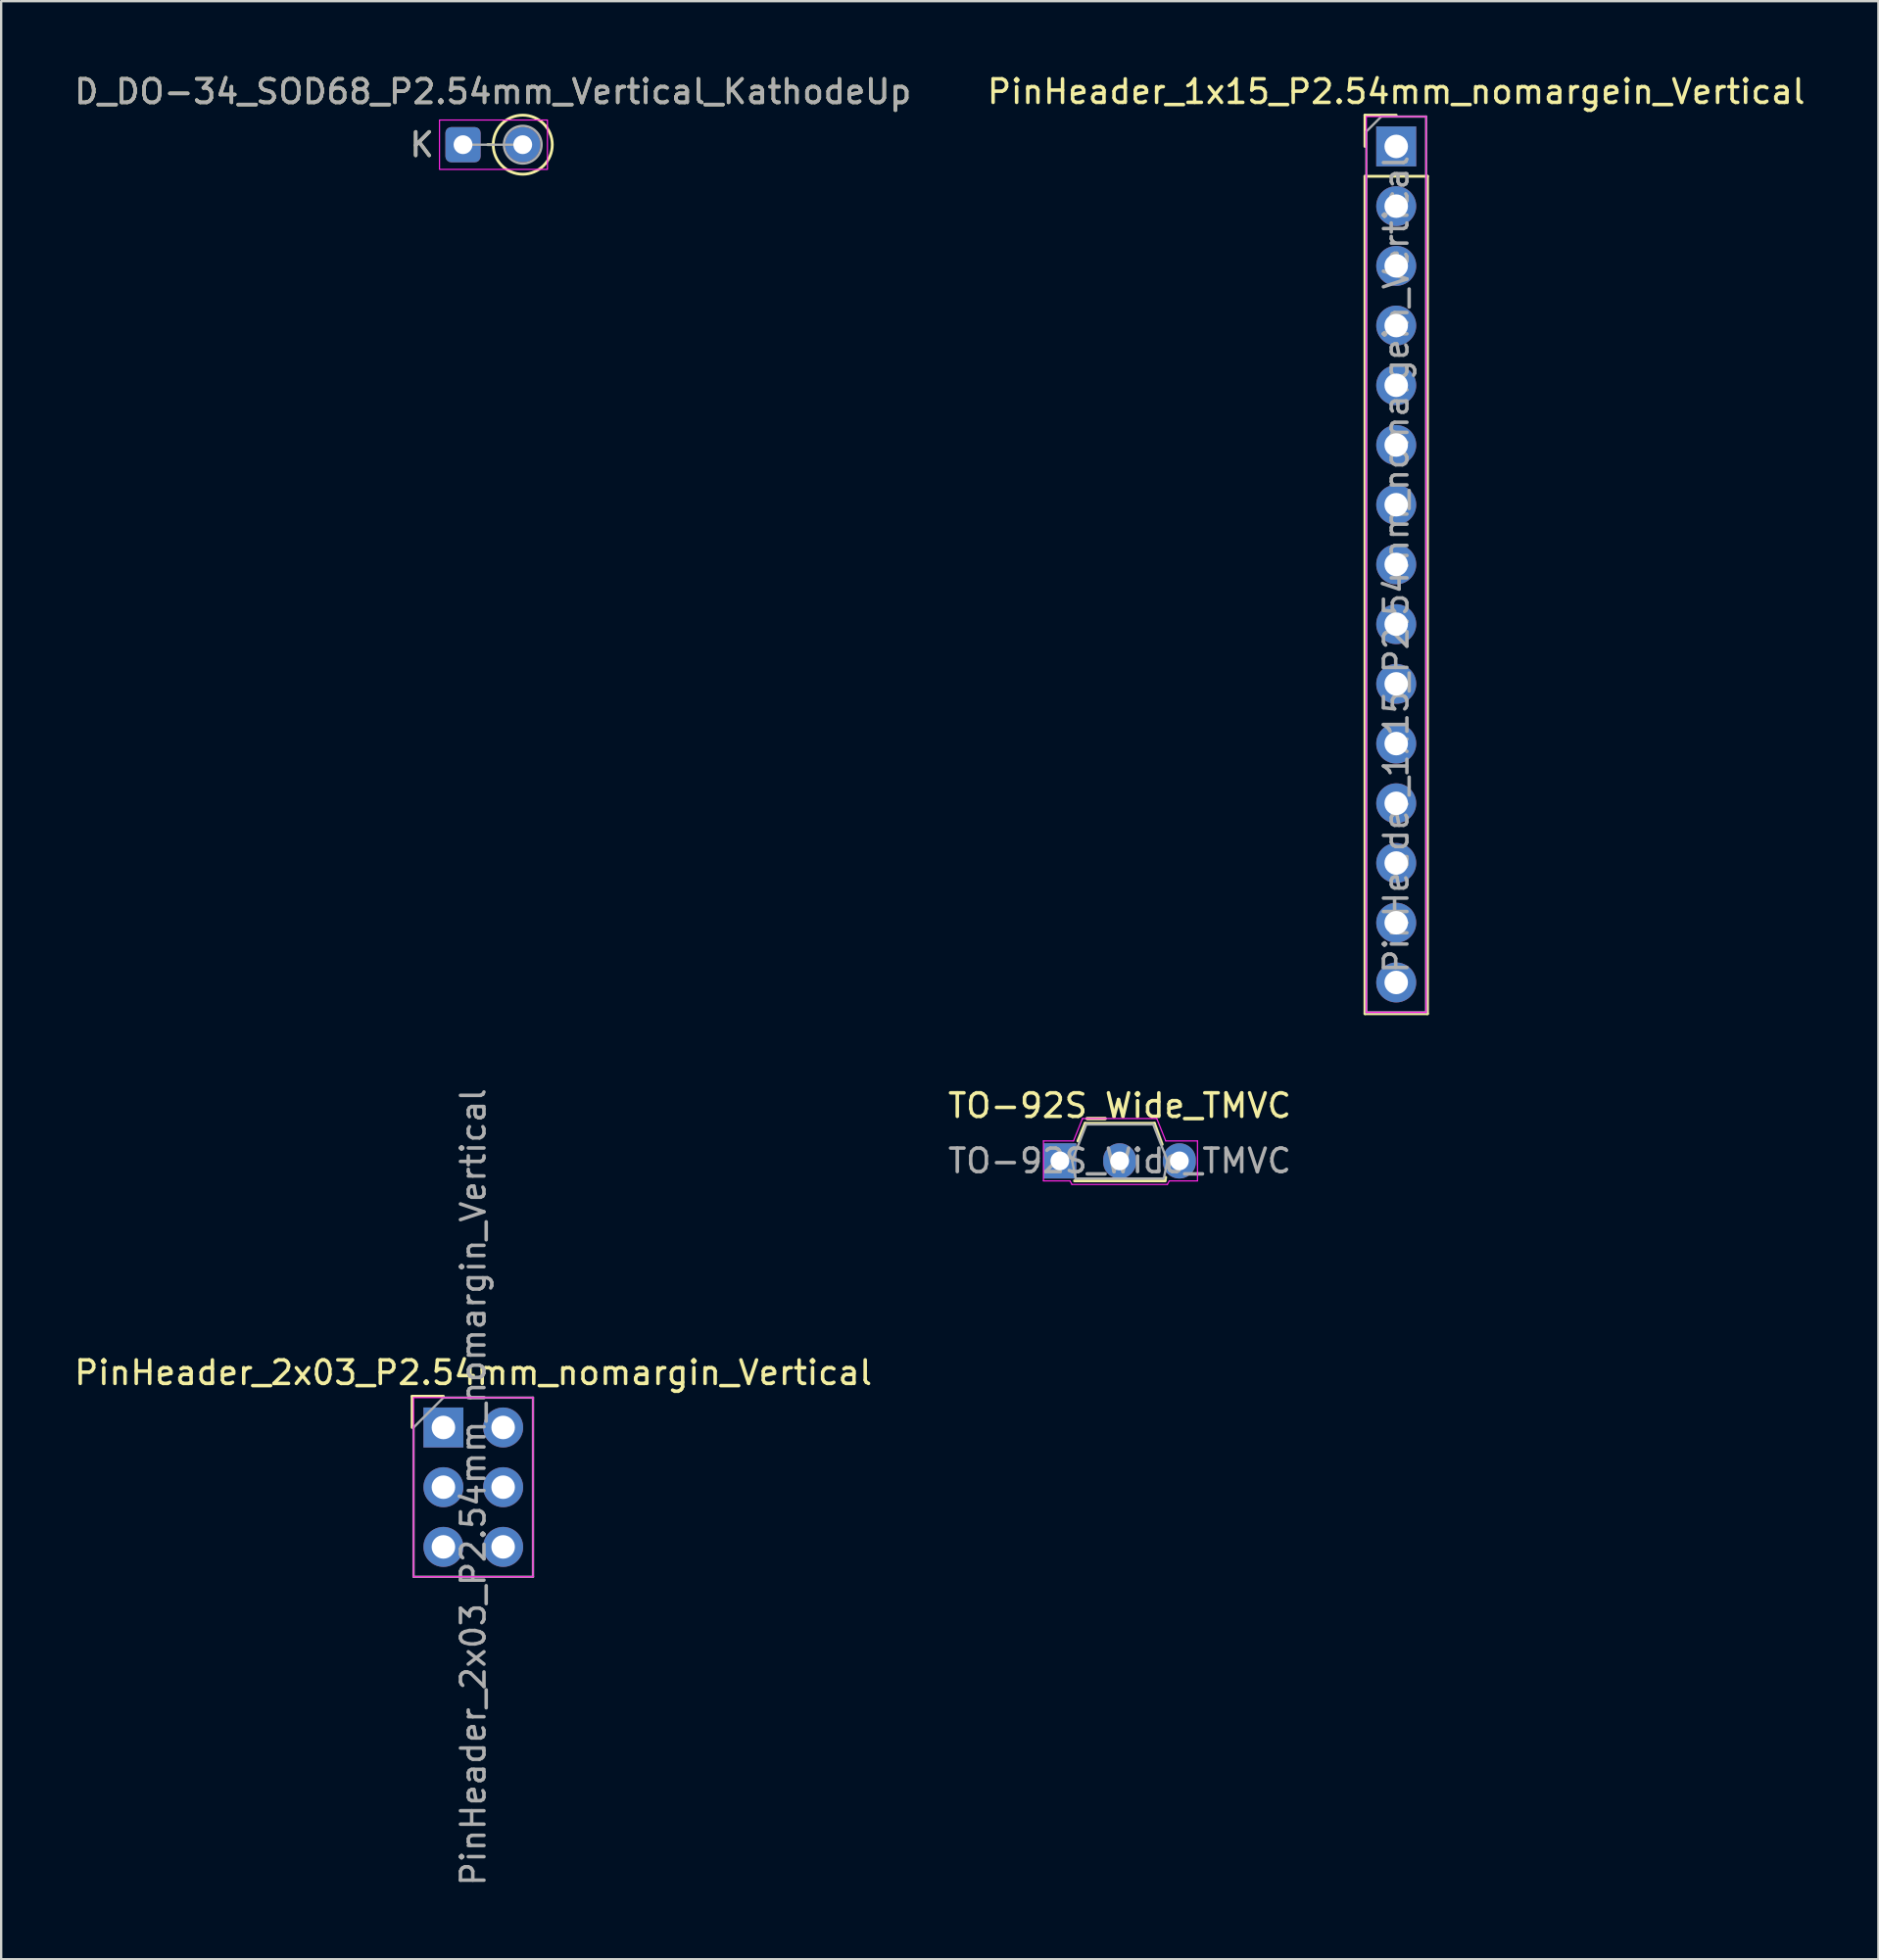
<source format=kicad_pcb>
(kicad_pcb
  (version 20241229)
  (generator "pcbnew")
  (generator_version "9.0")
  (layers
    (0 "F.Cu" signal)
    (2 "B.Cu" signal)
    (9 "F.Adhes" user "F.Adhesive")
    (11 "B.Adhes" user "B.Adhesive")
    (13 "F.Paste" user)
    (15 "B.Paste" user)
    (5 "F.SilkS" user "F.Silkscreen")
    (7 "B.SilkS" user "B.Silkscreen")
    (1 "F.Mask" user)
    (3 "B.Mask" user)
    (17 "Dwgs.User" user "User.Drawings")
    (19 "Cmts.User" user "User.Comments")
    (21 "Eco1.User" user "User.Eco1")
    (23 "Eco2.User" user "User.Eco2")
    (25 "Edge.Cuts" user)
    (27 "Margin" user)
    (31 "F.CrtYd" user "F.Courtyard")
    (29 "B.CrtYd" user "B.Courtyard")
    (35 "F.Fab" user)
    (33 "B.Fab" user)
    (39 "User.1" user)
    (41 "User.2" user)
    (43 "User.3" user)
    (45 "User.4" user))
  (footprint "PinHeader_2x03_P2.54mm_nomargin_Vertical"
    (layer "F.Cu")
    (at 15.807 57.666)
    (property "Reference" "PinHeader_2x03_P2.54mm_nomargin_Vertical" (at 1.27 -2.33 0) (layer "F.SilkS") (effects (font (size 1 1) (thickness 0.15))))
    (attr through_hole)
    (fp_line (start -1.33 -1.33) (end 0 -1.33) (stroke (width 0.12) (type solid)) (layer "F.SilkS"))
    (fp_line (start -1.33 0) (end -1.33 -1.33) (stroke (width 0.12) (type solid)) (layer "F.SilkS"))
    (fp_line (start -1.27 -1.27) (end -1.27 6.35) (stroke (width 0.05) (type solid)) (layer "F.CrtYd"))
    (fp_line (start -1.27 6.35) (end 3.81 6.35) (stroke (width 0.05) (type solid)) (layer "F.CrtYd"))
    (fp_line (start 3.81 -1.27) (end -1.27 -1.27) (stroke (width 0.05) (type solid)) (layer "F.CrtYd"))
    (fp_line (start 3.81 6.35) (end 3.81 -1.27) (stroke (width 0.05) (type solid)) (layer "F.CrtYd"))
    (fp_line (start -1.27 0) (end 0 -1.27) (stroke (width 0.1) (type solid)) (layer "F.Fab"))
    (fp_line (start -1.27 6.35) (end -1.27 0) (stroke (width 0.1) (type solid)) (layer "F.Fab"))
    (fp_line (start 0 -1.27) (end 3.81 -1.27) (stroke (width 0.1) (type solid)) (layer "F.Fab"))
    (fp_line (start 3.81 -1.27) (end 3.81 6.35) (stroke (width 0.1) (type solid)) (layer "F.Fab"))
    (fp_line (start 3.81 6.35) (end -1.27 6.35) (stroke (width 0.1) (type solid)) (layer "F.Fab"))
    (fp_text user "${REFERENCE}" (at 1.27 2.54 90) (layer "F.Fab") (effects (font (size 1 1) (thickness 0.15))))
    (pad "1" thru_hole rect (at 0 0) (size 1.7 1.7) (drill 1) (layers "*.Cu" "*.Mask"))
    (pad "2" thru_hole oval (at 2.54 0) (size 1.7 1.7) (drill 1) (layers "*.Cu" "*.Mask"))
    (pad "3" thru_hole oval (at 0 2.54) (size 1.7 1.7) (drill 1) (layers "*.Cu" "*.Mask"))
    (pad "4" thru_hole oval (at 2.54 2.54) (size 1.7 1.7) (drill 1) (layers "*.Cu" "*.Mask"))
    (pad "5" thru_hole oval (at 0 5.08) (size 1.7 1.7) (drill 1) (layers "*.Cu" "*.Mask"))
    (pad "6" thru_hole oval (at 2.54 5.08) (size 1.7 1.7) (drill 1) (layers "*.Cu" "*.Mask")))
  (footprint "TO-92S_Wide_TMVC"
    (layer "F.Cu")
    (at 42.025 46.327)
    (property "Reference" "TO-92S_Wide_TMVC" (at 2.54 -2.35 0) (layer "F.SilkS") (effects (font (size 1 1) (thickness 0.15))))
    (attr through_hole)
    (fp_line (start 0.62 0.85) (end 4.47 0.85) (stroke (width 0.12) (type solid)) (layer "F.SilkS"))
    (fp_line (start 1.07 -1.6) (end 0.763 -0.847) (stroke (width 0.12) (type solid)) (layer "F.SilkS"))
    (fp_line (start 4.02 -1.6) (end 1.07 -1.6) (stroke (width 0.12) (type solid)) (layer "F.SilkS"))
    (fp_line (start 4.35 -0.7) (end 4.02 -1.6) (stroke (width 0.12) (type solid)) (layer "F.SilkS"))
    (fp_line (start 4.47 0.85) (end 4.5 0.7) (stroke (width 0.12) (type solid)) (layer "F.SilkS"))
    (fp_line (start -0.7 -0.85) (end -0.7 0.85) (stroke (width 0.05) (type solid)) (layer "F.CrtYd"))
    (fp_line (start -0.7 0.85) (end 0.43 0.85) (stroke (width 0.05) (type solid)) (layer "F.CrtYd"))
    (fp_line (start 0.51 1) (end 0.43 0.85) (stroke (width 0.05) (type solid)) (layer "F.CrtYd"))
    (fp_line (start 0.51 1) (end 4.57 1) (stroke (width 0.05) (type solid)) (layer "F.CrtYd"))
    (fp_line (start 0.58 -0.85) (end -0.7 -0.85) (stroke (width 0.05) (type solid)) (layer "F.CrtYd"))
    (fp_line (start 0.58 -0.85) (end 0.96 -1.8) (stroke (width 0.05) (type solid)) (layer "F.CrtYd"))
    (fp_line (start 4.12 -1.8) (end 0.96 -1.8) (stroke (width 0.05) (type solid)) (layer "F.CrtYd"))
    (fp_line (start 4.5 -0.85) (end 4.12 -1.8) (stroke (width 0.05) (type solid)) (layer "F.CrtYd"))
    (fp_line (start 4.5 -0.85) (end 5.85 -0.85) (stroke (width 0.05) (type solid)) (layer "F.CrtYd"))
    (fp_line (start 4.57 1) (end 4.65 0.85) (stroke (width 0.05) (type solid)) (layer "F.CrtYd"))
    (fp_line (start 5.85 -0.85) (end 5.85 0.85) (stroke (width 0.05) (type solid)) (layer "F.CrtYd"))
    (fp_line (start 5.85 0.85) (end 4.65 0.85) (stroke (width 0.05) (type solid)) (layer "F.CrtYd"))
    (fp_line (start 0.52 0) (end 1.12 -1.55) (stroke (width 0.1) (type solid)) (layer "F.Fab"))
    (fp_line (start 0.67 0.75) (end 0.52 0) (stroke (width 0.1) (type solid)) (layer "F.Fab"))
    (fp_line (start 0.67 0.75) (end 4.42 0.75) (stroke (width 0.1) (type solid)) (layer "F.Fab"))
    (fp_line (start 1.12 -1.55) (end 3.97 -1.55) (stroke (width 0.1) (type solid)) (layer "F.Fab"))
    (fp_line (start 4.42 0.75) (end 4.57 0) (stroke (width 0.1) (type solid)) (layer "F.Fab"))
    (fp_line (start 4.57 0) (end 3.97 -1.55) (stroke (width 0.1) (type solid)) (layer "F.Fab"))
    (fp_text user "${REFERENCE}" (at 2.54 0 0) (layer "F.Fab") (effects (font (size 1 1) (thickness 0.15))))
    (pad "1" thru_hole rect (at 0 0) (size 1.4 1.5) (drill 0.8) (layers "*.Cu" "*.Mask"))
    (pad "2" thru_hole oval (at 2.54 0) (size 1.4 1.5) (drill 0.8) (layers "*.Cu" "*.Mask"))
    (pad "3" thru_hole oval (at 5.08 0) (size 1.4 1.5) (drill 0.8) (layers "*.Cu" "*.Mask")))
  (footprint "PinHeader_1x15_P2.54mm_nomargein_Vertical"
    (layer "F.Cu")
    (at 56.327 3.178)
    (property "Reference" "PinHeader_1x15_P2.54mm_nomargein_Vertical" (at 0 -2.33 0) (layer "F.SilkS") (effects (font (size 1 1) (thickness 0.15))))
    (attr through_hole)
    (fp_line (start -1.33 -1.33) (end 0 -1.33) (stroke (width 0.12) (type solid)) (layer "F.SilkS"))
    (fp_line (start -1.33 0) (end -1.33 -1.33) (stroke (width 0.12) (type solid)) (layer "F.SilkS"))
    (fp_line (start -1.33 1.27) (end -1.33 36.89) (stroke (width 0.12) (type solid)) (layer "F.SilkS"))
    (fp_line (start -1.33 1.27) (end 1.33 1.27) (stroke (width 0.12) (type solid)) (layer "F.SilkS"))
    (fp_line (start -1.33 36.89) (end 1.33 36.89) (stroke (width 0.12) (type solid)) (layer "F.SilkS"))
    (fp_line (start 1.33 1.27) (end 1.33 36.89) (stroke (width 0.12) (type solid)) (layer "F.SilkS"))
    (fp_line (start -1.27 -1.27) (end -1.27 36.83) (stroke (width 0.05) (type solid)) (layer "F.CrtYd"))
    (fp_line (start -1.27 36.83) (end 1.27 36.83) (stroke (width 0.05) (type solid)) (layer "F.CrtYd"))
    (fp_line (start 1.27 -1.27) (end -1.27 -1.27) (stroke (width 0.05) (type solid)) (layer "F.CrtYd"))
    (fp_line (start 1.27 36.83) (end 1.27 -1.27) (stroke (width 0.05) (type solid)) (layer "F.CrtYd"))
    (fp_line (start -1.27 -0.635) (end -0.635 -1.27) (stroke (width 0.1) (type solid)) (layer "F.Fab"))
    (fp_line (start -1.27 36.83) (end -1.27 -0.635) (stroke (width 0.1) (type solid)) (layer "F.Fab"))
    (fp_line (start -0.635 -1.27) (end 1.27 -1.27) (stroke (width 0.1) (type solid)) (layer "F.Fab"))
    (fp_line (start 1.27 -1.27) (end 1.27 36.83) (stroke (width 0.1) (type solid)) (layer "F.Fab"))
    (fp_line (start 1.27 36.83) (end -1.27 36.83) (stroke (width 0.1) (type solid)) (layer "F.Fab"))
    (fp_text user "${REFERENCE}" (at 0 17.78 90) (layer "F.Fab") (effects (font (size 1 1) (thickness 0.15))))
    (pad "1" thru_hole rect (at 0 0) (size 1.7 1.7) (drill 1) (layers "*.Cu" "*.Mask"))
    (pad "2" thru_hole oval (at 0 2.54) (size 1.7 1.7) (drill 1) (layers "*.Cu" "*.Mask"))
    (pad "3" thru_hole oval (at 0 5.08) (size 1.7 1.7) (drill 1) (layers "*.Cu" "*.Mask"))
    (pad "4" thru_hole oval (at 0 7.62) (size 1.7 1.7) (drill 1) (layers "*.Cu" "*.Mask"))
    (pad "5" thru_hole oval (at 0 10.16) (size 1.7 1.7) (drill 1) (layers "*.Cu" "*.Mask"))
    (pad "6" thru_hole oval (at 0 12.7) (size 1.7 1.7) (drill 1) (layers "*.Cu" "*.Mask"))
    (pad "7" thru_hole oval (at 0 15.24) (size 1.7 1.7) (drill 1) (layers "*.Cu" "*.Mask"))
    (pad "8" thru_hole oval (at 0 17.78) (size 1.7 1.7) (drill 1) (layers "*.Cu" "*.Mask"))
    (pad "9" thru_hole oval (at 0 20.32) (size 1.7 1.7) (drill 1) (layers "*.Cu" "*.Mask"))
    (pad "10" thru_hole oval (at 0 22.86) (size 1.7 1.7) (drill 1) (layers "*.Cu" "*.Mask"))
    (pad "11" thru_hole oval (at 0 25.4) (size 1.7 1.7) (drill 1) (layers "*.Cu" "*.Mask"))
    (pad "12" thru_hole oval (at 0 27.94) (size 1.7 1.7) (drill 1) (layers "*.Cu" "*.Mask"))
    (pad "13" thru_hole oval (at 0 30.48) (size 1.7 1.7) (drill 1) (layers "*.Cu" "*.Mask"))
    (pad "14" thru_hole oval (at 0 33.02) (size 1.7 1.7) (drill 1) (layers "*.Cu" "*.Mask"))
    (pad "15" thru_hole oval (at 0 35.56) (size 1.7 1.7) (drill 1) (layers "*.Cu" "*.Mask")))
  (footprint "D_DO-34_SOD68_P2.54mm_Vertical_KathodeUp"
    (layer "F.Cu")
    (at 16.641 3.104)
    (property "Reference" "D_DO-34_SOD68_P2.54mm_Vertical_KathodeUp" (at 1.27 -2.256 0) (layer "F.SilkS") (effects (font (size 1 1) (thickness 0.15))))
    (attr through_hole)
    (fp_line (start 1.284 0) (end 1.05 0) (stroke (width 0.12) (type solid)) (layer "F.SilkS"))
    (fp_circle (center 2.54 0) (end 3.796 0) (stroke (width 0.12) (type solid)) (fill no) (layer "F.SilkS"))
    (fp_rect (start -1 -1.05) (end 3.59 1.05) (stroke (width 0.05) (type solid)) (fill no) (layer "F.CrtYd"))
    (fp_line (start 0 0) (end 2.54 0) (stroke (width 0.1) (type solid)) (layer "F.Fab"))
    (fp_circle (center 2.54 0) (end 3.34 0) (stroke (width 0.1) (type solid)) (fill no) (layer "F.Fab"))
    (fp_text user "K" (at -1.75 0 0) (layer "F.SilkS") (effects (font (size 1 1) (thickness 0.15))))
    (fp_text user "${REFERENCE}" (at 1.27 -2.256 0) (layer "F.Fab") (effects (font (size 1 1) (thickness 0.15))))
    (fp_text user "K" (at -1.75 0 0) (layer "F.Fab") (effects (font (size 1 1) (thickness 0.15))))
    (pad "1" thru_hole roundrect (at 0 0) (size 1.5 1.5) (drill 0.8) (layers "*.Cu" "*.Mask") (roundrect_rratio 0.167))
    (pad "2" thru_hole circle (at 2.54 0) (size 1.5 1.5) (drill 0.8) (layers "*.Cu" "*.Mask")))
  (gr_rect
    (start -3 -3)
    (end 76.833 80.283)
    (stroke (width 0.1) (type default))
    (fill no)
    (layer "Edge.Cuts")))
</source>
